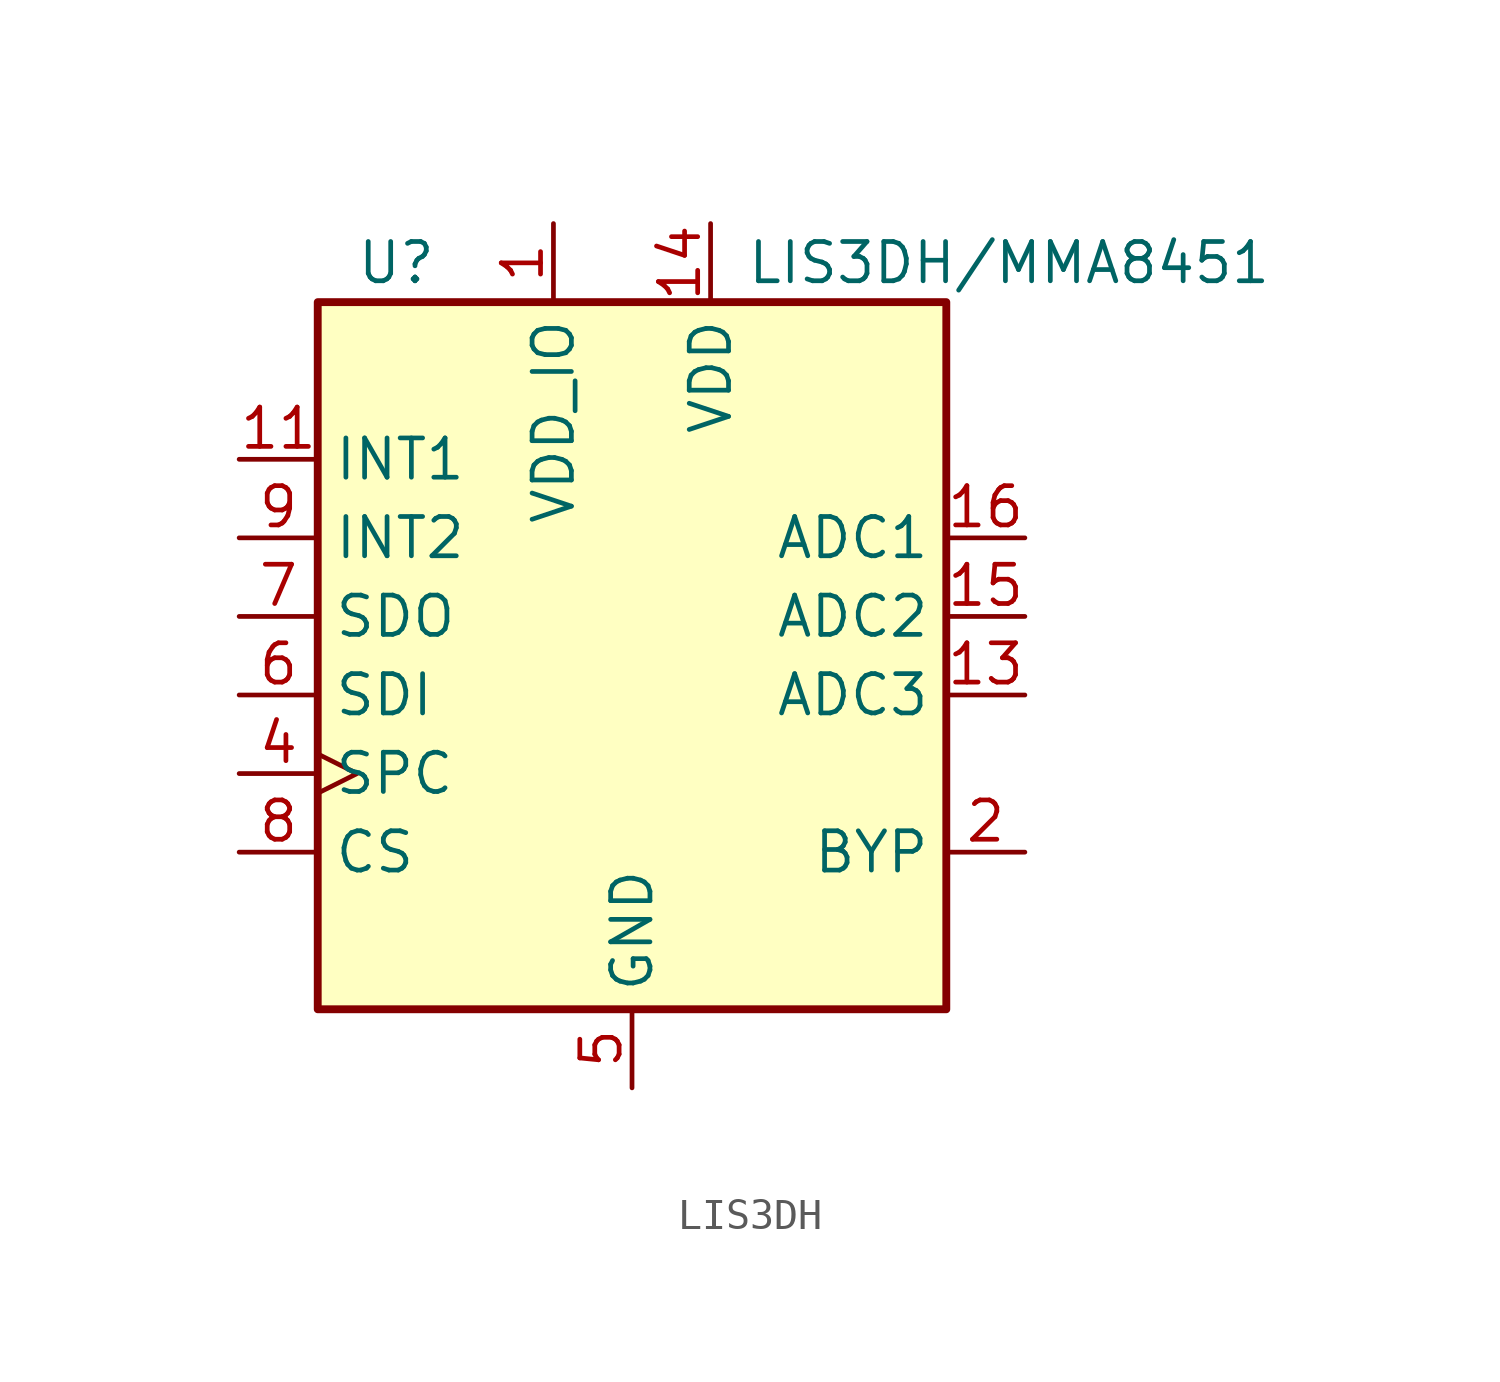
<source format=kicad_sym>
(kicad_symbol_lib
  (version 20241209)
  (generator "kicad_symbol_editor")
  (generator_version "9.0")
  (symbol "LIS3DH"
    (property "Reference" "U"
      (at -7.62 11.43 0)
      (effects (font (size 1.27 1.27))))
    (property "Value" "LIS3DH/MMA8451"
      (at 12.192 11.43 0)
      (effects (font (size 1.27 1.27))))
    (symbol "LIS3DH_0_1"
      (rectangle (start -10.16 10.16) (end 10.16 -12.7) (stroke (width 0.254) (type default)) (fill (type background))))
    (symbol "LIS3DH_1_1"
      (pin output line (at -12.7 5.08 0) (length 2.54) (name "INT1" (effects (font (size 1.27 1.27)))) (number "11" (effects (font (size 1.27 1.27)))))
      (pin output line (at -12.7 2.54 0) (length 2.54) (name "INT2" (effects (font (size 1.27 1.27)))) (number "9" (effects (font (size 1.27 1.27)))))
      (pin output line (at -12.7 0 0) (length 2.54) (name "SDO" (effects (font (size 1.27 1.27)))) (number "7" (effects (font (size 1.27 1.27)))) (alternate "SA0" input line))
      (pin input line (at -12.7 -2.54 0) (length 2.54) (name "SDI" (effects (font (size 1.27 1.27)))) (number "6" (effects (font (size 1.27 1.27)))) (alternate "SDA" bidirectional line) (alternate "SDO" output line))
      (pin input clock (at -12.7 -5.08 0) (length 2.54) (name "SPC" (effects (font (size 1.27 1.27)))) (number "4" (effects (font (size 1.27 1.27)))) (alternate "SCL" input clock))
      (pin input line (at -12.7 -7.62 0) (length 2.54) (name "CS" (effects (font (size 1.27 1.27)))) (number "8" (effects (font (size 1.27 1.27)))))
      (pin power_in line (at -2.54 12.7 270) (length 2.54) (name "VDD_IO" (effects (font (size 1.27 1.27)))) (number "1" (effects (font (size 1.27 1.27)))))
      (pin passive line (at 0 -15.24 90) (length 2.54) (hide yes) (name "GND" (effects (font (size 1.27 1.27)))) (number "10" (effects (font (size 1.27 1.27)))))
      (pin passive line (at 0 -15.24 90) (length 2.54) (hide yes) (name "GND" (effects (font (size 1.27 1.27)))) (number "12" (effects (font (size 1.27 1.27)))))
      (pin power_in line (at 0 -15.24 90) (length 2.54) (name "GND" (effects (font (size 1.27 1.27)))) (number "5" (effects (font (size 1.27 1.27)))))
      (pin power_in line (at 2.54 12.7 270) (length 2.54) (name "VDD" (effects (font (size 1.27 1.27)))) (number "14" (effects (font (size 1.27 1.27)))))
      (pin no_connect line (at 10.16 7.62 180) (length 2.54) (hide yes) (name "NC" (effects (font (size 1.27 1.27)))) (number "3" (effects (font (size 1.27 1.27)))))
      (pin no_connect line (at 10.16 5.08 180) (length 2.54) (hide yes) (name "NC" (effects (font (size 1.27 1.27)))) (number "2" (effects (font (size 1.27 1.27)))))
      (pin input line (at 12.7 2.54 180) (length 2.54) (name "ADC1" (effects (font (size 1.27 1.27)))) (number "16" (effects (font (size 1.27 1.27)))))
      (pin input line (at 12.7 0 180) (length 2.54) (name "ADC2" (effects (font (size 1.27 1.27)))) (number "15" (effects (font (size 1.27 1.27)))))
      (pin input line (at 12.7 -2.54 180) (length 2.54) (name "ADC3" (effects (font (size 1.27 1.27)))) (number "13" (effects (font (size 1.27 1.27)))))
      (pin input line (at 12.7 -7.62 180) (length 2.54) (name "BYP" (effects (font (size 1.27 1.27)))) (number "2" (effects (font (size 1.27 1.27))))))))
</source>
